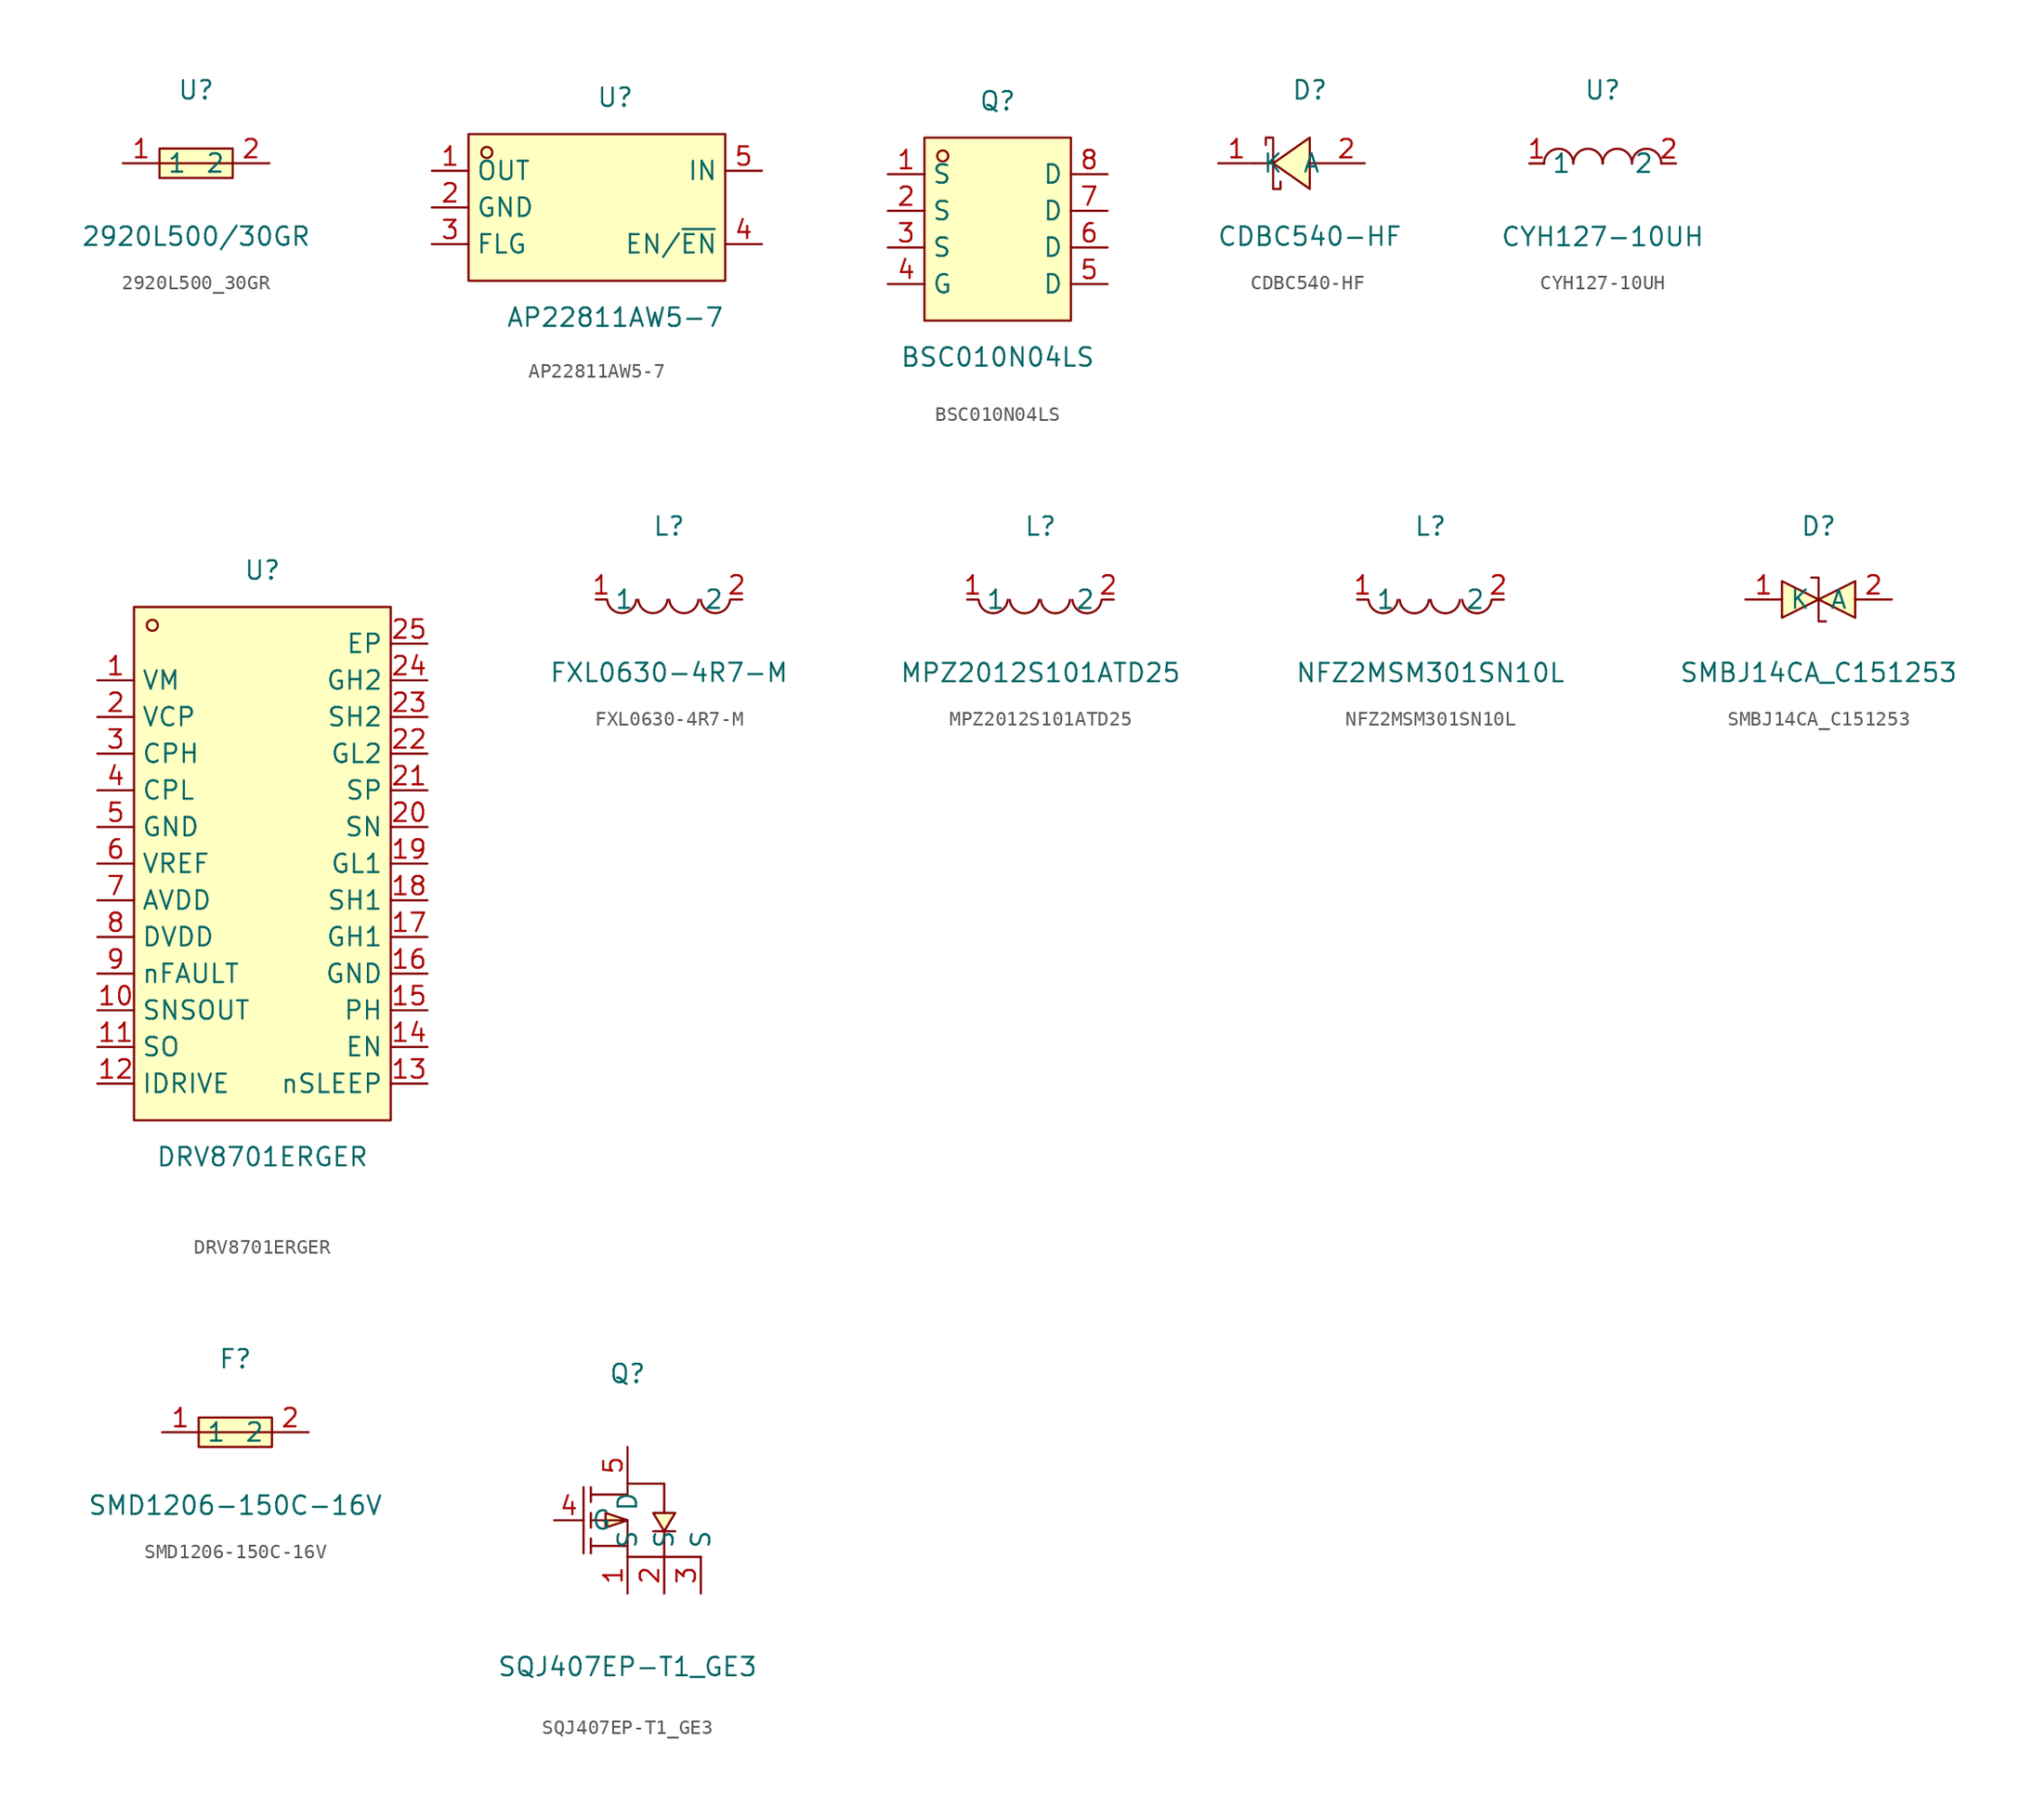
<source format=kicad_sym>
(kicad_symbol_lib
  (version 20211014)
  (generator https://github.com/uPesy/easyeda2kicad.py)
  (symbol "2920L500_30GR"
    (property "Reference" "U"
      (at 0 5.08 0)
      (effects (font (size 1.27 1.27))))
    (property "Value" "2920L500/30GR"
      (at 0 -5.08 0)
      (effects (font (size 1.27 1.27))))
    (symbol "2920L500_30GR_0_1"
      (rectangle (start -2.54 1.02) (end 2.54 -1.02) (stroke (width 0) (type default) (color 0 0 0 0)) (fill (type background)))
      (polyline (pts (xy -2.54 -0.00) (xy 2.54 -0.00)) (stroke (width 0) (type default) (color 0 0 0 0)) (fill (type none)))
      (pin unspecified line (at -5.08 -0.00 0) (length 2.54) (name "1" (effects (font (size 1.27 1.27)))) (number "1" (effects (font (size 1.27 1.27)))))
      (pin unspecified line (at 5.08 -0.00 180) (length 2.54) (name "2" (effects (font (size 1.27 1.27)))) (number "2" (effects (font (size 1.27 1.27)))))))
  (symbol "AP22811AW5-7"
    (property "Reference" "U"
      (at 0 7.62 0)
      (effects (font (size 1.27 1.27))))
    (property "Value" "AP22811AW5-7"
      (at 0 -7.62 0)
      (effects (font (size 1.27 1.27))))
    (symbol "AP22811AW5-7_0_1"
      (rectangle (start -10.16 5.08) (end 7.62 -5.08) (stroke (width 0) (type default) (color 0 0 0 0)) (fill (type background)))
      (circle (center -8.89 3.81) (radius 0.38) (stroke (width 0) (type default) (color 0 0 0 0)) (fill (type none)))
      (pin unspecified line (at 10.16 2.54 180) (length 2.54) (name "IN" (effects (font (size 1.27 1.27)))) (number "5" (effects (font (size 1.27 1.27)))))
      (pin unspecified line (at 10.16 -2.54 180) (length 2.54) (name "EN/~{EN}" (effects (font (size 1.27 1.27)))) (number "4" (effects (font (size 1.27 1.27)))))
      (pin unspecified line (at -12.70 -2.54 0) (length 2.54) (name "FLG" (effects (font (size 1.27 1.27)))) (number "3" (effects (font (size 1.27 1.27)))))
      (pin unspecified line (at -12.70 -0.00 0) (length 2.54) (name "GND" (effects (font (size 1.27 1.27)))) (number "2" (effects (font (size 1.27 1.27)))))
      (pin unspecified line (at -12.70 2.54 0) (length 2.54) (name "OUT" (effects (font (size 1.27 1.27)))) (number "1" (effects (font (size 1.27 1.27)))))))
  (symbol "BSC010N04LS"
    (property "Reference" "Q"
      (at 0 10.16 0)
      (effects (font (size 1.27 1.27))))
    (property "Value" "BSC010N04LS"
      (at 0 -7.62 0)
      (effects (font (size 1.27 1.27))))
    (symbol "BSC010N04LS_0_1"
      (rectangle (start -5.08 7.62) (end 5.08 -5.08) (stroke (width 0) (type default) (color 0 0 0 0)) (fill (type background)))
      (circle (center -3.81 6.35) (radius 0.38) (stroke (width 0) (type default) (color 0 0 0 0)) (fill (type none)))
      (pin unspecified line (at 7.62 5.08 180) (length 2.54) (name "D" (effects (font (size 1.27 1.27)))) (number "8" (effects (font (size 1.27 1.27)))))
      (pin unspecified line (at 7.62 2.54 180) (length 2.54) (name "D" (effects (font (size 1.27 1.27)))) (number "7" (effects (font (size 1.27 1.27)))))
      (pin unspecified line (at 7.62 -0.00 180) (length 2.54) (name "D" (effects (font (size 1.27 1.27)))) (number "6" (effects (font (size 1.27 1.27)))))
      (pin unspecified line (at 7.62 -2.54 180) (length 2.54) (name "D" (effects (font (size 1.27 1.27)))) (number "5" (effects (font (size 1.27 1.27)))))
      (pin unspecified line (at -7.62 -2.54 0) (length 2.54) (name "G" (effects (font (size 1.27 1.27)))) (number "4" (effects (font (size 1.27 1.27)))))
      (pin unspecified line (at -7.62 -0.00 0) (length 2.54) (name "S" (effects (font (size 1.27 1.27)))) (number "3" (effects (font (size 1.27 1.27)))))
      (pin unspecified line (at -7.62 2.54 0) (length 2.54) (name "S" (effects (font (size 1.27 1.27)))) (number "2" (effects (font (size 1.27 1.27)))))
      (pin unspecified line (at -7.62 5.08 0) (length 2.54) (name "S" (effects (font (size 1.27 1.27)))) (number "1" (effects (font (size 1.27 1.27)))))))
  (symbol "CDBC540-HF"
    (property "Reference" "D"
      (at 0 5.08 0)
      (effects (font (size 1.27 1.27))))
    (property "Value" "CDBC540-HF"
      (at 0 -5.08 0)
      (effects (font (size 1.27 1.27))))
    (symbol "CDBC540-HF_0_1"
      (polyline (pts (xy 0.00 1.78) (xy -2.54 -0.00) (xy 0.00 -1.78) (xy 0.00 1.78)) (stroke (width 0) (type default) (color 0 0 0 0)) (fill (type background)))
      (polyline (pts (xy -3.05 1.27) (xy -3.05 1.78) (xy -2.54 1.78) (xy -2.54 -1.78) (xy -2.03 -1.78) (xy -2.03 -1.27)) (stroke (width 0) (type default) (color 0 0 0 0)) (fill (type none)))
      (polyline (pts (xy 1.27 -0.00) (xy 0.00 -0.00)) (stroke (width 0) (type default) (color 0 0 0 0)) (fill (type none)))
      (polyline (pts (xy -2.54 -0.00) (xy -3.81 -0.00)) (stroke (width 0) (type default) (color 0 0 0 0)) (fill (type none)))
      (pin unspecified line (at 3.81 -0.00 180) (length 2.54) (name "A" (effects (font (size 1.27 1.27)))) (number "2" (effects (font (size 1.27 1.27)))))
      (pin unspecified line (at -6.35 -0.00 0) (length 2.54) (name "K" (effects (font (size 1.27 1.27)))) (number "1" (effects (font (size 1.27 1.27)))))))
  (symbol "CYH127-10UH"
    (property "Reference" "U"
      (at 0 5.08 0)
      (effects (font (size 1.27 1.27))))
    (property "Value" "CYH127-10UH"
      (at 0 -5.08 0)
      (effects (font (size 1.27 1.27))))
    (symbol "CYH127-10UH_0_1"
      (arc (start -4.06 -0.01) (mid -2.83 0.99) (end -2.03 0.01) (stroke (width 0) (type default) (color 0 0 0 0)) (fill (type none)))
      (arc (start -2.03 -0.01) (mid -0.80 0.99) (end 0.00 0.01) (stroke (width 0) (type default) (color 0 0 0 0)) (fill (type none)))
      (arc (start 2.03 -0.01) (mid 3.26 0.99) (end 4.06 0.01) (stroke (width 0) (type default) (color 0 0 0 0)) (fill (type none)))
      (arc (start 0.00 -0.01) (mid 1.23 0.99) (end 2.03 0.01) (stroke (width 0) (type default) (color 0 0 0 0)) (fill (type none)))
      (pin unspecified line (at 5.08 -0.00 180) (length 1.016) (name "2" (effects (font (size 1.27 1.27)))) (number "2" (effects (font (size 1.27 1.27)))))
      (pin unspecified line (at -5.08 -0.00 0) (length 1.016) (name "1" (effects (font (size 1.27 1.27)))) (number "1" (effects (font (size 1.27 1.27)))))))
  (symbol "DRV8701ERGER"
    (property "Reference" "U"
      (at 0 20.32 0)
      (effects (font (size 1.27 1.27))))
    (property "Value" "DRV8701ERGER"
      (at 0 -20.32 0)
      (effects (font (size 1.27 1.27))))
    (symbol "DRV8701ERGER_0_1"
      (rectangle (start -8.89 17.78) (end 8.89 -17.78) (stroke (width 0) (type default) (color 0 0 0 0)) (fill (type background)))
      (circle (center -7.62 16.51) (radius 0.38) (stroke (width 0) (type default) (color 0 0 0 0)) (fill (type none)))
      (pin unspecified line (at -11.43 12.70 0) (length 2.54) (name "VM" (effects (font (size 1.27 1.27)))) (number "1" (effects (font (size 1.27 1.27)))))
      (pin unspecified line (at -11.43 10.16 0) (length 2.54) (name "VCP" (effects (font (size 1.27 1.27)))) (number "2" (effects (font (size 1.27 1.27)))))
      (pin unspecified line (at -11.43 7.62 0) (length 2.54) (name "CPH" (effects (font (size 1.27 1.27)))) (number "3" (effects (font (size 1.27 1.27)))))
      (pin unspecified line (at -11.43 5.08 0) (length 2.54) (name "CPL" (effects (font (size 1.27 1.27)))) (number "4" (effects (font (size 1.27 1.27)))))
      (pin unspecified line (at -11.43 2.54 0) (length 2.54) (name "GND" (effects (font (size 1.27 1.27)))) (number "5" (effects (font (size 1.27 1.27)))))
      (pin unspecified line (at -11.43 -0.00 0) (length 2.54) (name "VREF" (effects (font (size 1.27 1.27)))) (number "6" (effects (font (size 1.27 1.27)))))
      (pin unspecified line (at -11.43 -2.54 0) (length 2.54) (name "AVDD" (effects (font (size 1.27 1.27)))) (number "7" (effects (font (size 1.27 1.27)))))
      (pin unspecified line (at -11.43 -5.08 0) (length 2.54) (name "DVDD" (effects (font (size 1.27 1.27)))) (number "8" (effects (font (size 1.27 1.27)))))
      (pin unspecified line (at -11.43 -7.62 0) (length 2.54) (name "nFAULT" (effects (font (size 1.27 1.27)))) (number "9" (effects (font (size 1.27 1.27)))))
      (pin unspecified line (at -11.43 -10.16 0) (length 2.54) (name "SNSOUT" (effects (font (size 1.27 1.27)))) (number "10" (effects (font (size 1.27 1.27)))))
      (pin unspecified line (at -11.43 -12.70 0) (length 2.54) (name "SO" (effects (font (size 1.27 1.27)))) (number "11" (effects (font (size 1.27 1.27)))))
      (pin unspecified line (at -11.43 -15.24 0) (length 2.54) (name "IDRIVE" (effects (font (size 1.27 1.27)))) (number "12" (effects (font (size 1.27 1.27)))))
      (pin unspecified line (at 11.43 -15.24 180) (length 2.54) (name "nSLEEP" (effects (font (size 1.27 1.27)))) (number "13" (effects (font (size 1.27 1.27)))))
      (pin unspecified line (at 11.43 -12.70 180) (length 2.54) (name "EN" (effects (font (size 1.27 1.27)))) (number "14" (effects (font (size 1.27 1.27)))))
      (pin unspecified line (at 11.43 -10.16 180) (length 2.54) (name "PH" (effects (font (size 1.27 1.27)))) (number "15" (effects (font (size 1.27 1.27)))))
      (pin unspecified line (at 11.43 -7.62 180) (length 2.54) (name "GND" (effects (font (size 1.27 1.27)))) (number "16" (effects (font (size 1.27 1.27)))))
      (pin unspecified line (at 11.43 -5.08 180) (length 2.54) (name "GH1" (effects (font (size 1.27 1.27)))) (number "17" (effects (font (size 1.27 1.27)))))
      (pin unspecified line (at 11.43 -2.54 180) (length 2.54) (name "SH1" (effects (font (size 1.27 1.27)))) (number "18" (effects (font (size 1.27 1.27)))))
      (pin unspecified line (at 11.43 -0.00 180) (length 2.54) (name "GL1" (effects (font (size 1.27 1.27)))) (number "19" (effects (font (size 1.27 1.27)))))
      (pin unspecified line (at 11.43 2.54 180) (length 2.54) (name "SN" (effects (font (size 1.27 1.27)))) (number "20" (effects (font (size 1.27 1.27)))))
      (pin unspecified line (at 11.43 5.08 180) (length 2.54) (name "SP" (effects (font (size 1.27 1.27)))) (number "21" (effects (font (size 1.27 1.27)))))
      (pin unspecified line (at 11.43 7.62 180) (length 2.54) (name "GL2" (effects (font (size 1.27 1.27)))) (number "22" (effects (font (size 1.27 1.27)))))
      (pin unspecified line (at 11.43 10.16 180) (length 2.54) (name "SH2" (effects (font (size 1.27 1.27)))) (number "23" (effects (font (size 1.27 1.27)))))
      (pin unspecified line (at 11.43 12.70 180) (length 2.54) (name "GH2" (effects (font (size 1.27 1.27)))) (number "24" (effects (font (size 1.27 1.27)))))
      (pin unspecified line (at 11.43 15.24 180) (length 2.54) (name "EP" (effects (font (size 1.27 1.27)))) (number "25" (effects (font (size 1.27 1.27)))))))
  (symbol "FXL0630-4R7-M"
    (property "Reference" "L"
      (at 0 5.08 0)
      (effects (font (size 1.27 1.27))))
    (property "Value" "FXL0630-4R7-M"
      (at 0 -5.08 0)
      (effects (font (size 1.27 1.27))))
    (symbol "FXL0630-4R7-M_0_1"
      (arc (start -4.29 -0.02) (mid -2.81 -1.01) (end -2.27 -0.02) (stroke (width 0) (type default) (color 0 0 0 0)) (fill (type none)))
      (arc (start -2.13 -0.02) (mid -0.66 -1.01) (end -0.11 -0.02) (stroke (width 0) (type default) (color 0 0 0 0)) (fill (type none)))
      (arc (start 0.02 -0.02) (mid 1.49 -1.01) (end 2.04 -0.02) (stroke (width 0) (type default) (color 0 0 0 0)) (fill (type none)))
      (arc (start 2.21 -0.02) (mid 3.68 -1.01) (end 4.23 -0.02) (stroke (width 0) (type default) (color 0 0 0 0)) (fill (type none)))
      (pin unspecified line (at 5.08 -0.00 180) (length 0.762) (name "2" (effects (font (size 1.27 1.27)))) (number "2" (effects (font (size 1.27 1.27)))))
      (pin unspecified line (at -5.08 -0.00 0) (length 0.762) (name "1" (effects (font (size 1.27 1.27)))) (number "1" (effects (font (size 1.27 1.27)))))))
  (symbol "MPZ2012S101ATD25"
    (property "Reference" "L"
      (at 0 5.08 0)
      (effects (font (size 1.27 1.27))))
    (property "Value" "MPZ2012S101ATD25"
      (at 0 -5.08 0)
      (effects (font (size 1.27 1.27))))
    (symbol "MPZ2012S101ATD25_0_1"
      (arc (start 2.21 -0.02) (mid 3.68 -1.01) (end 4.23 -0.02) (stroke (width 0) (type default) (color 0 0 0 0)) (fill (type none)))
      (arc (start 0.02 -0.02) (mid 1.49 -1.01) (end 2.04 -0.02) (stroke (width 0) (type default) (color 0 0 0 0)) (fill (type none)))
      (arc (start -2.13 -0.02) (mid -0.66 -1.01) (end -0.11 -0.02) (stroke (width 0) (type default) (color 0 0 0 0)) (fill (type none)))
      (arc (start -4.29 -0.02) (mid -2.81 -1.01) (end -2.27 -0.02) (stroke (width 0) (type default) (color 0 0 0 0)) (fill (type none)))
      (pin unspecified line (at -5.08 -0.00 0) (length 0.762) (name "1" (effects (font (size 1.27 1.27)))) (number "1" (effects (font (size 1.27 1.27)))))
      (pin unspecified line (at 5.08 -0.00 180) (length 0.762) (name "2" (effects (font (size 1.27 1.27)))) (number "2" (effects (font (size 1.27 1.27)))))))
  (symbol "NFZ2MSM301SN10L"
    (property "Reference" "L"
      (at 0 5.08 0)
      (effects (font (size 1.27 1.27))))
    (property "Value" "NFZ2MSM301SN10L"
      (at 0 -5.08 0)
      (effects (font (size 1.27 1.27))))
    (symbol "NFZ2MSM301SN10L_0_1"
      (arc (start 2.21 -0.02) (mid 3.68 -1.01) (end 4.23 -0.02) (stroke (width 0) (type default) (color 0 0 0 0)) (fill (type none)))
      (arc (start 0.02 -0.02) (mid 1.49 -1.01) (end 2.04 -0.02) (stroke (width 0) (type default) (color 0 0 0 0)) (fill (type none)))
      (arc (start -2.13 -0.02) (mid -0.66 -1.01) (end -0.11 -0.02) (stroke (width 0) (type default) (color 0 0 0 0)) (fill (type none)))
      (arc (start -4.29 -0.02) (mid -2.81 -1.01) (end -2.27 -0.02) (stroke (width 0) (type default) (color 0 0 0 0)) (fill (type none)))
      (pin unspecified line (at -5.08 -0.00 0) (length 0.762) (name "1" (effects (font (size 1.27 1.27)))) (number "1" (effects (font (size 1.27 1.27)))))
      (pin unspecified line (at 5.08 -0.00 180) (length 0.762) (name "2" (effects (font (size 1.27 1.27)))) (number "2" (effects (font (size 1.27 1.27)))))))
  (symbol "SMBJ14CA_C151253"
    (property "Reference" "D"
      (at 0 5.08 0)
      (effects (font (size 1.27 1.27))))
    (property "Value" "SMBJ14CA_C151253"
      (at 0 -5.08 0)
      (effects (font (size 1.27 1.27))))
    (symbol "SMBJ14CA_C151253_0_1"
      (polyline (pts (xy -0.51 1.52) (xy -0.51 1.52) (xy 0.00 1.52) (xy 0.00 -1.52) (xy 0.51 -1.52) (xy 0.51 -1.52)) (stroke (width 0) (type default) (color 0 0 0 0)) (fill (type none)))
      (polyline (pts (xy -2.54 1.27) (xy 0.00 -0.00) (xy -2.54 -1.27) (xy -2.54 1.27)) (stroke (width 0) (type default) (color 0 0 0 0)) (fill (type background)))
      (polyline (pts (xy 2.54 1.27) (xy 0.00 -0.00) (xy 2.54 -1.27) (xy 2.54 1.27)) (stroke (width 0) (type default) (color 0 0 0 0)) (fill (type background)))
      (pin unspecified line (at 5.08 -0.00 180) (length 2.54) (name "A" (effects (font (size 1.27 1.27)))) (number "2" (effects (font (size 1.27 1.27)))))
      (pin unspecified line (at -5.08 -0.00 0) (length 2.54) (name "K" (effects (font (size 1.27 1.27)))) (number "1" (effects (font (size 1.27 1.27)))))))
  (symbol "SMD1206-150C-16V"
    (property "Reference" "F"
      (at 0 5.08 0)
      (effects (font (size 1.27 1.27))))
    (property "Value" "SMD1206-150C-16V"
      (at 0 -5.08 0)
      (effects (font (size 1.27 1.27))))
    (symbol "SMD1206-150C-16V_0_1"
      (rectangle (start -2.54 1.02) (end 2.54 -1.02) (stroke (width 0) (type default) (color 0 0 0 0)) (fill (type background)))
      (polyline (pts (xy -2.54 -0.00) (xy 2.54 -0.00)) (stroke (width 0) (type default) (color 0 0 0 0)) (fill (type none)))
      (pin unspecified line (at -5.08 -0.00 0) (length 2.54) (name "1" (effects (font (size 1.27 1.27)))) (number "1" (effects (font (size 1.27 1.27)))))
      (pin unspecified line (at 5.08 -0.00 180) (length 2.54) (name "2" (effects (font (size 1.27 1.27)))) (number "2" (effects (font (size 1.27 1.27)))))))
  (symbol "SQJ407EP-T1_GE3"
    (property "Reference" "Q"
      (at 0 10.16 0)
      (effects (font (size 1.27 1.27))))
    (property "Value" "SQJ407EP-T1_GE3"
      (at 0 -10.16 0)
      (effects (font (size 1.27 1.27))))
    (symbol "SQJ407EP-T1_GE3_0_1"
      (polyline (pts (xy 1.78 -0.76) (xy 2.03 -0.76) (xy 3.05 -0.76) (xy 3.30 -0.76)) (stroke (width 0) (type default) (color 0 0 0 0)) (fill (type none)))
      (polyline (pts (xy -2.54 -2.29) (xy -2.54 -1.27)) (stroke (width 0) (type default) (color 0 0 0 0)) (fill (type none)))
      (polyline (pts (xy -2.54 -0.51) (xy -2.54 0.51)) (stroke (width 0) (type default) (color 0 0 0 0)) (fill (type none)))
      (polyline (pts (xy -2.54 2.29) (xy -2.54 1.27)) (stroke (width 0) (type default) (color 0 0 0 0)) (fill (type none)))
      (polyline (pts (xy -3.05 2.29) (xy -3.05 -2.29)) (stroke (width 0) (type default) (color 0 0 0 0)) (fill (type none)))
      (polyline (pts (xy 0.00 -1.78) (xy -2.54 -1.78)) (stroke (width 0) (type default) (color 0 0 0 0)) (fill (type none)))
      (polyline (pts (xy -2.54 -0.00) (xy 0.00 -0.00) (xy 0.00 -2.54) (xy 5.08 -2.54) (xy 2.54 -2.54) (xy 2.54 -0.76)) (stroke (width 0) (type default) (color 0 0 0 0)) (fill (type none)))
      (polyline (pts (xy -2.54 1.78) (xy 0.00 1.78) (xy 0.00 2.54) (xy 2.54 2.54) (xy 2.54 0.51)) (stroke (width 0) (type default) (color 0 0 0 0)) (fill (type none)))
      (polyline (pts (xy 2.54 -0.76) (xy 3.30 0.51) (xy 1.78 0.51) (xy 2.54 -0.76)) (stroke (width 0) (type default) (color 0 0 0 0)) (fill (type background)))
      (polyline (pts (xy 0.00 -0.00) (xy -1.52 0.51) (xy -1.52 -0.51) (xy 0.00 -0.00)) (stroke (width 0) (type default) (color 0 0 0 0)) (fill (type background)))
      (pin unspecified line (at 0.00 -5.08 90) (length 2.54) (name "S" (effects (font (size 1.27 1.27)))) (number "1" (effects (font (size 1.27 1.27)))))
      (pin unspecified line (at -5.08 -0.00 0) (length 2.032) (name "G" (effects (font (size 1.27 1.27)))) (number "4" (effects (font (size 1.27 1.27)))))
      (pin unspecified line (at 0.00 5.08 270) (length 2.54) (name "D" (effects (font (size 1.27 1.27)))) (number "5" (effects (font (size 1.27 1.27)))))
      (pin unspecified line (at 2.54 -5.08 90) (length 2.54) (name "S" (effects (font (size 1.27 1.27)))) (number "2" (effects (font (size 1.27 1.27)))))
      (pin unspecified line (at 5.08 -5.08 90) (length 2.54) (name "S" (effects (font (size 1.27 1.27)))) (number "3" (effects (font (size 1.27 1.27))))))))
</source>
